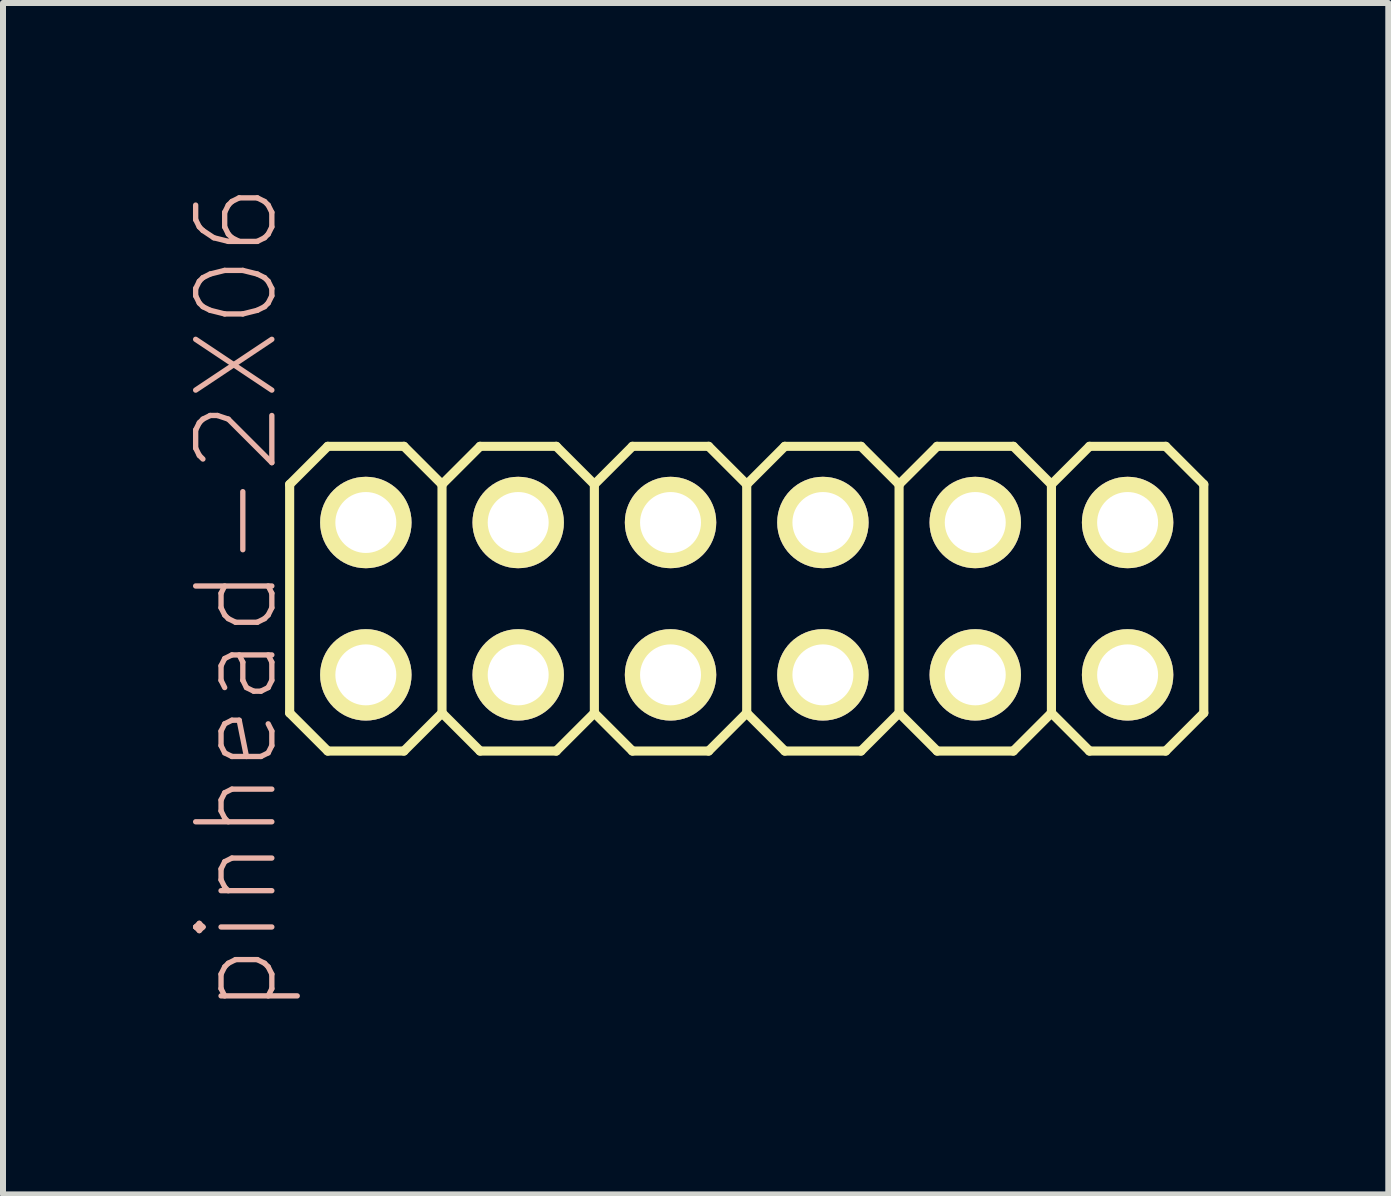
<source format=kicad_pcb>
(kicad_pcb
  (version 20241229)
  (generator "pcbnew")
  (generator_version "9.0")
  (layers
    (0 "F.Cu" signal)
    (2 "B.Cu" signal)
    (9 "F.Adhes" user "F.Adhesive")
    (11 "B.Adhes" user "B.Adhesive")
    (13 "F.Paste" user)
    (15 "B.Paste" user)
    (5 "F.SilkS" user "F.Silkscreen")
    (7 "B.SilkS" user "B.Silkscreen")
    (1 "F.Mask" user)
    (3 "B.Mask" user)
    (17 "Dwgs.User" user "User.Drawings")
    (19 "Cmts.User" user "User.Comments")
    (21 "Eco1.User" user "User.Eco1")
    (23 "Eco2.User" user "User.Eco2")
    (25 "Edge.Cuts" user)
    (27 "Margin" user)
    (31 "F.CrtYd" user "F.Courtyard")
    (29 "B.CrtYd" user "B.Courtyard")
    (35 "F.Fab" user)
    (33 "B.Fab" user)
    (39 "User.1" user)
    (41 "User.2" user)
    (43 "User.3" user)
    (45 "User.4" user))
  (footprint "pinhead-2X06"
    (layer "F.Cu")
    (at 9.399 6.931)
    (property "Reference" "pinhead-2X06" (at -8.5 0 270) (layer "B.SilkS") (effects (font (size 1.27 1.27) (thickness 0.089))))
    (attr exclude_from_pos_files exclude_from_bom)
    (fp_line (start -7.62 -1.905) (end -6.985 -2.54) (stroke (width 0.152) (type solid)) (layer "F.SilkS"))
    (fp_line (start -7.62 1.905) (end -7.62 -1.905) (stroke (width 0.152) (type solid)) (layer "F.SilkS"))
    (fp_line (start -7.62 1.905) (end -6.985 2.54) (stroke (width 0.152) (type solid)) (layer "F.SilkS"))
    (fp_line (start -6.985 -2.54) (end -5.715 -2.54) (stroke (width 0.152) (type solid)) (layer "F.SilkS"))
    (fp_line (start -6.985 2.54) (end -5.715 2.54) (stroke (width 0.152) (type solid)) (layer "F.SilkS"))
    (fp_line (start -6.604 -1.524) (end -6.096 -1.524) (stroke (width 0.066) (type solid)) (layer "F.SilkS"))
    (fp_line (start -6.604 -1.016) (end -6.604 -1.524) (stroke (width 0.066) (type solid)) (layer "F.SilkS"))
    (fp_line (start -6.604 -1.016) (end -6.096 -1.016) (stroke (width 0.066) (type solid)) (layer "F.SilkS"))
    (fp_line (start -6.604 1.016) (end -6.096 1.016) (stroke (width 0.066) (type solid)) (layer "F.SilkS"))
    (fp_line (start -6.604 1.524) (end -6.604 1.016) (stroke (width 0.066) (type solid)) (layer "F.SilkS"))
    (fp_line (start -6.604 1.524) (end -6.096 1.524) (stroke (width 0.066) (type solid)) (layer "F.SilkS"))
    (fp_line (start -6.096 -1.016) (end -6.096 -1.524) (stroke (width 0.066) (type solid)) (layer "F.SilkS"))
    (fp_line (start -6.096 1.524) (end -6.096 1.016) (stroke (width 0.066) (type solid)) (layer "F.SilkS"))
    (fp_line (start -5.715 -2.54) (end -5.08 -1.905) (stroke (width 0.152) (type solid)) (layer "F.SilkS"))
    (fp_line (start -5.715 2.54) (end -5.08 1.905) (stroke (width 0.152) (type solid)) (layer "F.SilkS"))
    (fp_line (start -5.08 -1.905) (end -5.08 1.905) (stroke (width 0.152) (type solid)) (layer "F.SilkS"))
    (fp_line (start -5.08 -1.905) (end -4.445 -2.54) (stroke (width 0.152) (type solid)) (layer "F.SilkS"))
    (fp_line (start -5.08 1.905) (end -4.445 2.54) (stroke (width 0.152) (type solid)) (layer "F.SilkS"))
    (fp_line (start -4.445 -2.54) (end -3.175 -2.54) (stroke (width 0.152) (type solid)) (layer "F.SilkS"))
    (fp_line (start -4.445 2.54) (end -3.175 2.54) (stroke (width 0.152) (type solid)) (layer "F.SilkS"))
    (fp_line (start -4.064 -1.524) (end -3.556 -1.524) (stroke (width 0.066) (type solid)) (layer "F.SilkS"))
    (fp_line (start -4.064 -1.016) (end -4.064 -1.524) (stroke (width 0.066) (type solid)) (layer "F.SilkS"))
    (fp_line (start -4.064 -1.016) (end -3.556 -1.016) (stroke (width 0.066) (type solid)) (layer "F.SilkS"))
    (fp_line (start -4.064 1.016) (end -3.556 1.016) (stroke (width 0.066) (type solid)) (layer "F.SilkS"))
    (fp_line (start -4.064 1.524) (end -4.064 1.016) (stroke (width 0.066) (type solid)) (layer "F.SilkS"))
    (fp_line (start -4.064 1.524) (end -3.556 1.524) (stroke (width 0.066) (type solid)) (layer "F.SilkS"))
    (fp_line (start -3.556 -1.016) (end -3.556 -1.524) (stroke (width 0.066) (type solid)) (layer "F.SilkS"))
    (fp_line (start -3.556 1.524) (end -3.556 1.016) (stroke (width 0.066) (type solid)) (layer "F.SilkS"))
    (fp_line (start -3.175 -2.54) (end -2.54 -1.905) (stroke (width 0.152) (type solid)) (layer "F.SilkS"))
    (fp_line (start -3.175 2.54) (end -2.54 1.905) (stroke (width 0.152) (type solid)) (layer "F.SilkS"))
    (fp_line (start -2.54 -1.905) (end -2.54 1.905) (stroke (width 0.152) (type solid)) (layer "F.SilkS"))
    (fp_line (start -2.54 -1.905) (end -1.905 -2.54) (stroke (width 0.152) (type solid)) (layer "F.SilkS"))
    (fp_line (start -2.54 1.905) (end -1.905 2.54) (stroke (width 0.152) (type solid)) (layer "F.SilkS"))
    (fp_line (start -1.905 -2.54) (end -0.635 -2.54) (stroke (width 0.152) (type solid)) (layer "F.SilkS"))
    (fp_line (start -1.905 2.54) (end -0.635 2.54) (stroke (width 0.152) (type solid)) (layer "F.SilkS"))
    (fp_line (start -1.524 -1.524) (end -1.016 -1.524) (stroke (width 0.066) (type solid)) (layer "F.SilkS"))
    (fp_line (start -1.524 -1.016) (end -1.524 -1.524) (stroke (width 0.066) (type solid)) (layer "F.SilkS"))
    (fp_line (start -1.524 -1.016) (end -1.016 -1.016) (stroke (width 0.066) (type solid)) (layer "F.SilkS"))
    (fp_line (start -1.524 1.016) (end -1.016 1.016) (stroke (width 0.066) (type solid)) (layer "F.SilkS"))
    (fp_line (start -1.524 1.524) (end -1.524 1.016) (stroke (width 0.066) (type solid)) (layer "F.SilkS"))
    (fp_line (start -1.524 1.524) (end -1.016 1.524) (stroke (width 0.066) (type solid)) (layer "F.SilkS"))
    (fp_line (start -1.016 -1.016) (end -1.016 -1.524) (stroke (width 0.066) (type solid)) (layer "F.SilkS"))
    (fp_line (start -1.016 1.524) (end -1.016 1.016) (stroke (width 0.066) (type solid)) (layer "F.SilkS"))
    (fp_line (start -0.635 -2.54) (end 0 -1.905) (stroke (width 0.152) (type solid)) (layer "F.SilkS"))
    (fp_line (start -0.635 2.54) (end 0 1.905) (stroke (width 0.152) (type solid)) (layer "F.SilkS"))
    (fp_line (start 0 -1.905) (end 0 1.905) (stroke (width 0.152) (type solid)) (layer "F.SilkS"))
    (fp_line (start 0 -1.905) (end 0.635 -2.54) (stroke (width 0.152) (type solid)) (layer "F.SilkS"))
    (fp_line (start 0 1.905) (end 0.635 2.54) (stroke (width 0.152) (type solid)) (layer "F.SilkS"))
    (fp_line (start 0.635 -2.54) (end 1.905 -2.54) (stroke (width 0.152) (type solid)) (layer "F.SilkS"))
    (fp_line (start 0.635 2.54) (end 1.905 2.54) (stroke (width 0.152) (type solid)) (layer "F.SilkS"))
    (fp_line (start 1.016 -1.524) (end 1.524 -1.524) (stroke (width 0.066) (type solid)) (layer "F.SilkS"))
    (fp_line (start 1.016 -1.016) (end 1.016 -1.524) (stroke (width 0.066) (type solid)) (layer "F.SilkS"))
    (fp_line (start 1.016 -1.016) (end 1.524 -1.016) (stroke (width 0.066) (type solid)) (layer "F.SilkS"))
    (fp_line (start 1.016 1.016) (end 1.524 1.016) (stroke (width 0.066) (type solid)) (layer "F.SilkS"))
    (fp_line (start 1.016 1.524) (end 1.016 1.016) (stroke (width 0.066) (type solid)) (layer "F.SilkS"))
    (fp_line (start 1.016 1.524) (end 1.524 1.524) (stroke (width 0.066) (type solid)) (layer "F.SilkS"))
    (fp_line (start 1.524 -1.016) (end 1.524 -1.524) (stroke (width 0.066) (type solid)) (layer "F.SilkS"))
    (fp_line (start 1.524 1.524) (end 1.524 1.016) (stroke (width 0.066) (type solid)) (layer "F.SilkS"))
    (fp_line (start 1.905 -2.54) (end 2.54 -1.905) (stroke (width 0.152) (type solid)) (layer "F.SilkS"))
    (fp_line (start 1.905 2.54) (end 2.54 1.905) (stroke (width 0.152) (type solid)) (layer "F.SilkS"))
    (fp_line (start 2.54 -1.905) (end 2.54 1.905) (stroke (width 0.152) (type solid)) (layer "F.SilkS"))
    (fp_line (start 2.54 -1.905) (end 3.175 -2.54) (stroke (width 0.152) (type solid)) (layer "F.SilkS"))
    (fp_line (start 2.54 1.905) (end 3.175 2.54) (stroke (width 0.152) (type solid)) (layer "F.SilkS"))
    (fp_line (start 3.175 -2.54) (end 4.445 -2.54) (stroke (width 0.152) (type solid)) (layer "F.SilkS"))
    (fp_line (start 3.175 2.54) (end 4.445 2.54) (stroke (width 0.152) (type solid)) (layer "F.SilkS"))
    (fp_line (start 3.556 -1.524) (end 4.064 -1.524) (stroke (width 0.066) (type solid)) (layer "F.SilkS"))
    (fp_line (start 3.556 -1.016) (end 3.556 -1.524) (stroke (width 0.066) (type solid)) (layer "F.SilkS"))
    (fp_line (start 3.556 -1.016) (end 4.064 -1.016) (stroke (width 0.066) (type solid)) (layer "F.SilkS"))
    (fp_line (start 3.556 1.016) (end 4.064 1.016) (stroke (width 0.066) (type solid)) (layer "F.SilkS"))
    (fp_line (start 3.556 1.524) (end 3.556 1.016) (stroke (width 0.066) (type solid)) (layer "F.SilkS"))
    (fp_line (start 3.556 1.524) (end 4.064 1.524) (stroke (width 0.066) (type solid)) (layer "F.SilkS"))
    (fp_line (start 4.064 -1.016) (end 4.064 -1.524) (stroke (width 0.066) (type solid)) (layer "F.SilkS"))
    (fp_line (start 4.064 1.524) (end 4.064 1.016) (stroke (width 0.066) (type solid)) (layer "F.SilkS"))
    (fp_line (start 4.445 -2.54) (end 5.08 -1.905) (stroke (width 0.152) (type solid)) (layer "F.SilkS"))
    (fp_line (start 4.445 2.54) (end 5.08 1.905) (stroke (width 0.152) (type solid)) (layer "F.SilkS"))
    (fp_line (start 5.08 -1.905) (end 5.08 1.905) (stroke (width 0.152) (type solid)) (layer "F.SilkS"))
    (fp_line (start 5.08 -1.905) (end 5.715 -2.54) (stroke (width 0.152) (type solid)) (layer "F.SilkS"))
    (fp_line (start 5.08 1.905) (end 5.715 2.54) (stroke (width 0.152) (type solid)) (layer "F.SilkS"))
    (fp_line (start 5.715 -2.54) (end 6.985 -2.54) (stroke (width 0.152) (type solid)) (layer "F.SilkS"))
    (fp_line (start 5.715 2.54) (end 6.985 2.54) (stroke (width 0.152) (type solid)) (layer "F.SilkS"))
    (fp_line (start 6.096 -1.524) (end 6.604 -1.524) (stroke (width 0.066) (type solid)) (layer "F.SilkS"))
    (fp_line (start 6.096 -1.016) (end 6.096 -1.524) (stroke (width 0.066) (type solid)) (layer "F.SilkS"))
    (fp_line (start 6.096 -1.016) (end 6.604 -1.016) (stroke (width 0.066) (type solid)) (layer "F.SilkS"))
    (fp_line (start 6.096 1.016) (end 6.604 1.016) (stroke (width 0.066) (type solid)) (layer "F.SilkS"))
    (fp_line (start 6.096 1.524) (end 6.096 1.016) (stroke (width 0.066) (type solid)) (layer "F.SilkS"))
    (fp_line (start 6.096 1.524) (end 6.604 1.524) (stroke (width 0.066) (type solid)) (layer "F.SilkS"))
    (fp_line (start 6.604 -1.016) (end 6.604 -1.524) (stroke (width 0.066) (type solid)) (layer "F.SilkS"))
    (fp_line (start 6.604 1.524) (end 6.604 1.016) (stroke (width 0.066) (type solid)) (layer "F.SilkS"))
    (fp_line (start 6.985 -2.54) (end 7.62 -1.905) (stroke (width 0.152) (type solid)) (layer "F.SilkS"))
    (fp_line (start 6.985 2.54) (end 7.62 1.905) (stroke (width 0.152) (type solid)) (layer "F.SilkS"))
    (fp_line (start 7.62 -1.905) (end 7.62 1.905) (stroke (width 0.152) (type solid)) (layer "F.SilkS"))
    (pad "1" thru_hole circle (at -6.35 1.27) (size 1.524 1.524) (drill 1.016) (layers "*.Cu" "*.Mask" "F.SilkS" "F.Paste"))
    (pad "2" thru_hole circle (at -6.35 -1.27) (size 1.524 1.524) (drill 1.016) (layers "*.Cu" "*.Mask" "F.SilkS" "F.Paste"))
    (pad "3" thru_hole circle (at -3.81 1.27) (size 1.524 1.524) (drill 1.016) (layers "*.Cu" "*.Mask" "F.SilkS" "F.Paste"))
    (pad "4" thru_hole circle (at -3.81 -1.27) (size 1.524 1.524) (drill 1.016) (layers "*.Cu" "*.Mask" "F.SilkS" "F.Paste"))
    (pad "5" thru_hole circle (at -1.27 1.27) (size 1.524 1.524) (drill 1.016) (layers "*.Cu" "*.Mask" "F.SilkS" "F.Paste"))
    (pad "6" thru_hole circle (at -1.27 -1.27) (size 1.524 1.524) (drill 1.016) (layers "*.Cu" "*.Mask" "F.SilkS" "F.Paste"))
    (pad "7" thru_hole circle (at 1.27 1.27) (size 1.524 1.524) (drill 1.016) (layers "*.Cu" "*.Mask" "F.SilkS" "F.Paste"))
    (pad "8" thru_hole circle (at 1.27 -1.27) (size 1.524 1.524) (drill 1.016) (layers "*.Cu" "*.Mask" "F.SilkS" "F.Paste"))
    (pad "9" thru_hole circle (at 3.81 1.27) (size 1.524 1.524) (drill 1.016) (layers "*.Cu" "*.Mask" "F.SilkS" "F.Paste"))
    (pad "10" thru_hole circle (at 3.81 -1.27) (size 1.524 1.524) (drill 1.016) (layers "*.Cu" "*.Mask" "F.SilkS" "F.Paste"))
    (pad "11" thru_hole circle (at 6.35 1.27) (size 1.524 1.524) (drill 1.016) (layers "*.Cu" "*.Mask" "F.SilkS" "F.Paste"))
    (pad "12" thru_hole circle (at 6.35 -1.27) (size 1.524 1.524) (drill 1.016) (layers "*.Cu" "*.Mask" "F.SilkS" "F.Paste")))
  (gr_rect
    (start -3 -3)
    (end 20.095 16.862)
    (stroke (width 0.1) (type default))
    (fill no)
    (layer "Edge.Cuts")))
</source>
